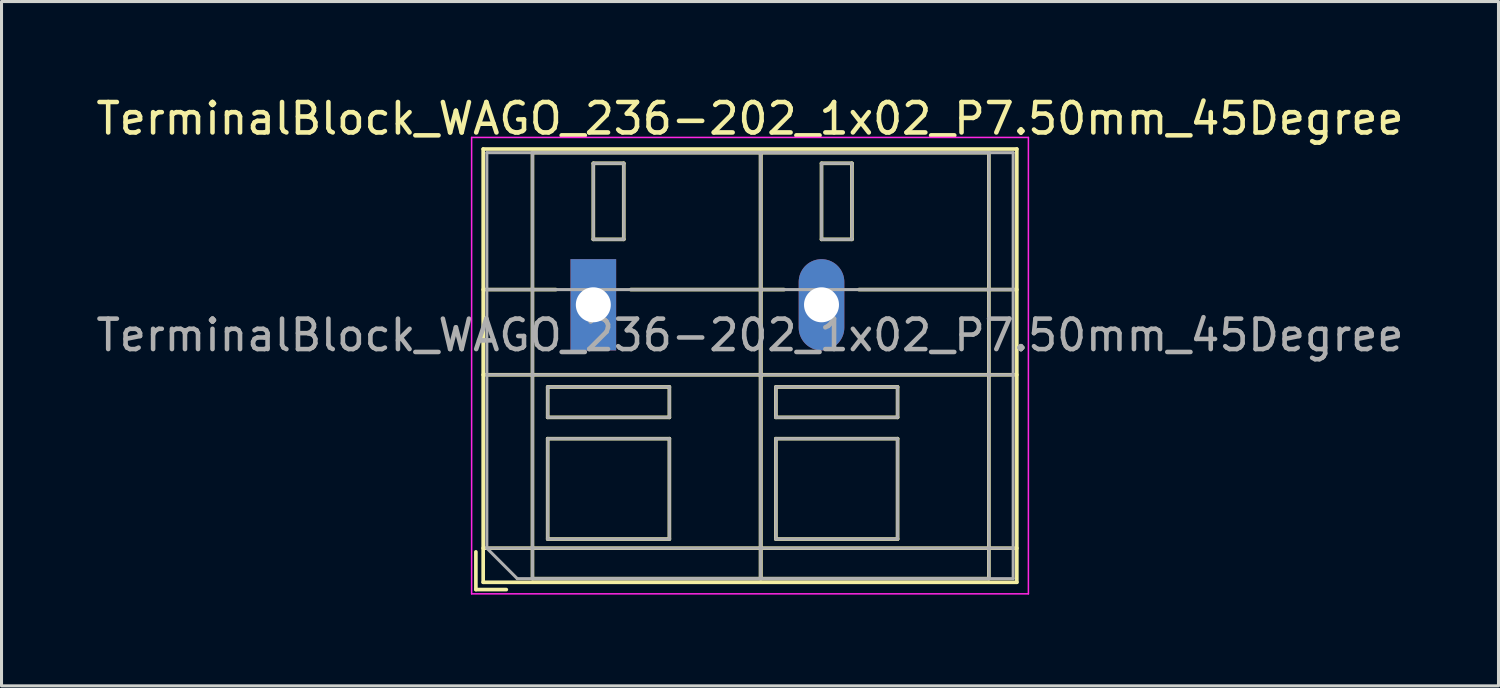
<source format=kicad_pcb>
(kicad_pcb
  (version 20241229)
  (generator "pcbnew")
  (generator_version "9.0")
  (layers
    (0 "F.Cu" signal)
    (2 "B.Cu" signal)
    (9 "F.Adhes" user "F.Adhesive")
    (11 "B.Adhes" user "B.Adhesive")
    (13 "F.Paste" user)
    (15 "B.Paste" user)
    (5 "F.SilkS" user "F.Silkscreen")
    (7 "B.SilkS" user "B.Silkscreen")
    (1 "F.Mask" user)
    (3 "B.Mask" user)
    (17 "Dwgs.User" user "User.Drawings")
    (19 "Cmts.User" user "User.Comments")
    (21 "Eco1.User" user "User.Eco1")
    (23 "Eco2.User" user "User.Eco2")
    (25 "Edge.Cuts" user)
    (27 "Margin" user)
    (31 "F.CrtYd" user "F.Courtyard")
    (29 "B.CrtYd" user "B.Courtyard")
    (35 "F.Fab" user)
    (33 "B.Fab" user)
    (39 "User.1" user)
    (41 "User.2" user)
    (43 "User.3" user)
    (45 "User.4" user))
  (footprint "TerminalBlock_WAGO_236-202_1x02_P7.50mm_45Degree"
    (layer "F.Cu")
    (at 16.451 6.968)
    (property "Reference" "TerminalBlock_WAGO_236-202_1x02_P7.50mm_45Degree" (at 5.15 -6.12 0) (layer "F.SilkS") (effects (font (size 1 1) (thickness 0.15))))
    (attr through_hole)
    (fp_line (start -3.86 8.12) (end -3.86 9.36) (stroke (width 0.12) (type solid)) (layer "F.SilkS"))
    (fp_line (start -3.86 9.36) (end -2.86 9.36) (stroke (width 0.12) (type solid)) (layer "F.SilkS"))
    (fp_line (start -3.62 -5.12) (end -3.62 9.12) (stroke (width 0.12) (type solid)) (layer "F.SilkS"))
    (fp_line (start -3.62 -5.12) (end 13.92 -5.12) (stroke (width 0.12) (type solid)) (layer "F.SilkS"))
    (fp_line (start -3.62 -0.5) (end -1.23 -0.5) (stroke (width 0.12) (type solid)) (layer "F.SilkS"))
    (fp_line (start -3.62 2.3) (end 13.92 2.3) (stroke (width 0.12) (type solid)) (layer "F.SilkS"))
    (fp_line (start -3.62 8) (end 13.92 8) (stroke (width 0.12) (type solid)) (layer "F.SilkS"))
    (fp_line (start -3.62 9.12) (end 13.92 9.12) (stroke (width 0.12) (type solid)) (layer "F.SilkS"))
    (fp_line (start -2 -5) (end -2 9) (stroke (width 0.12) (type solid)) (layer "F.SilkS"))
    (fp_line (start -2 -5) (end 5.5 -5) (stroke (width 0.12) (type solid)) (layer "F.SilkS"))
    (fp_line (start -2 9) (end 5.5 9) (stroke (width 0.12) (type solid)) (layer "F.SilkS"))
    (fp_line (start -1.5 2.7) (end -1.5 3.7) (stroke (width 0.12) (type solid)) (layer "F.SilkS"))
    (fp_line (start -1.5 2.7) (end 2.5 2.7) (stroke (width 0.12) (type solid)) (layer "F.SilkS"))
    (fp_line (start -1.5 3.7) (end 2.5 3.7) (stroke (width 0.12) (type solid)) (layer "F.SilkS"))
    (fp_line (start -1.5 4.4) (end -1.5 7.7) (stroke (width 0.12) (type solid)) (layer "F.SilkS"))
    (fp_line (start -1.5 4.4) (end 2.5 4.4) (stroke (width 0.12) (type solid)) (layer "F.SilkS"))
    (fp_line (start -1.5 7.7) (end 2.5 7.7) (stroke (width 0.12) (type solid)) (layer "F.SilkS"))
    (fp_line (start 0 -4.65) (end 0 -2.151) (stroke (width 0.12) (type solid)) (layer "F.SilkS"))
    (fp_line (start 0 -4.65) (end 1 -4.65) (stroke (width 0.12) (type solid)) (layer "F.SilkS"))
    (fp_line (start 0 -2.151) (end 1 -2.151) (stroke (width 0.12) (type solid)) (layer "F.SilkS"))
    (fp_line (start 1 -4.65) (end 1 -2.151) (stroke (width 0.12) (type solid)) (layer "F.SilkS"))
    (fp_line (start 1.23 -0.5) (end 6.27 -0.5) (stroke (width 0.12) (type solid)) (layer "F.SilkS"))
    (fp_line (start 2.5 2.7) (end 2.5 3.7) (stroke (width 0.12) (type solid)) (layer "F.SilkS"))
    (fp_line (start 2.5 4.4) (end 2.5 7.7) (stroke (width 0.12) (type solid)) (layer "F.SilkS"))
    (fp_line (start 5.5 -5) (end 5.5 9) (stroke (width 0.12) (type solid)) (layer "F.SilkS"))
    (fp_line (start 5.5 -5) (end 5.5 9) (stroke (width 0.12) (type solid)) (layer "F.SilkS"))
    (fp_line (start 5.5 -5) (end 13 -5) (stroke (width 0.12) (type solid)) (layer "F.SilkS"))
    (fp_line (start 5.5 9) (end 13 9) (stroke (width 0.12) (type solid)) (layer "F.SilkS"))
    (fp_line (start 6 2.7) (end 6 3.7) (stroke (width 0.12) (type solid)) (layer "F.SilkS"))
    (fp_line (start 6 2.7) (end 10 2.7) (stroke (width 0.12) (type solid)) (layer "F.SilkS"))
    (fp_line (start 6 3.7) (end 10 3.7) (stroke (width 0.12) (type solid)) (layer "F.SilkS"))
    (fp_line (start 6 4.4) (end 6 7.7) (stroke (width 0.12) (type solid)) (layer "F.SilkS"))
    (fp_line (start 6 4.4) (end 10 4.4) (stroke (width 0.12) (type solid)) (layer "F.SilkS"))
    (fp_line (start 6 7.7) (end 10 7.7) (stroke (width 0.12) (type solid)) (layer "F.SilkS"))
    (fp_line (start 7.5 -4.65) (end 7.5 -2.151) (stroke (width 0.12) (type solid)) (layer "F.SilkS"))
    (fp_line (start 7.5 -4.65) (end 8.5 -4.65) (stroke (width 0.12) (type solid)) (layer "F.SilkS"))
    (fp_line (start 7.5 -2.151) (end 8.5 -2.151) (stroke (width 0.12) (type solid)) (layer "F.SilkS"))
    (fp_line (start 8.5 -4.65) (end 8.5 -2.151) (stroke (width 0.12) (type solid)) (layer "F.SilkS"))
    (fp_line (start 8.73 -0.5) (end 13.92 -0.5) (stroke (width 0.12) (type solid)) (layer "F.SilkS"))
    (fp_line (start 10 2.7) (end 10 3.7) (stroke (width 0.12) (type solid)) (layer "F.SilkS"))
    (fp_line (start 10 4.4) (end 10 7.7) (stroke (width 0.12) (type solid)) (layer "F.SilkS"))
    (fp_line (start 13 -5) (end 13 9) (stroke (width 0.12) (type solid)) (layer "F.SilkS"))
    (fp_line (start 13.92 -5.12) (end 13.92 9.12) (stroke (width 0.12) (type solid)) (layer "F.SilkS"))
    (fp_line (start -4 -5.5) (end -4 9.5) (stroke (width 0.05) (type solid)) (layer "F.CrtYd"))
    (fp_line (start -4 9.5) (end 14.3 9.5) (stroke (width 0.05) (type solid)) (layer "F.CrtYd"))
    (fp_line (start 14.3 -5.5) (end -4 -5.5) (stroke (width 0.05) (type solid)) (layer "F.CrtYd"))
    (fp_line (start 14.3 9.5) (end 14.3 -5.5) (stroke (width 0.05) (type solid)) (layer "F.CrtYd"))
    (fp_line (start -3.5 -5) (end 13.8 -5) (stroke (width 0.1) (type solid)) (layer "F.Fab"))
    (fp_line (start -3.5 -0.5) (end 13.8 -0.5) (stroke (width 0.1) (type solid)) (layer "F.Fab"))
    (fp_line (start -3.5 2.3) (end 13.8 2.3) (stroke (width 0.1) (type solid)) (layer "F.Fab"))
    (fp_line (start -3.5 8) (end -3.5 -5) (stroke (width 0.1) (type solid)) (layer "F.Fab"))
    (fp_line (start -3.5 8) (end 13.8 8) (stroke (width 0.1) (type solid)) (layer "F.Fab"))
    (fp_line (start -2.5 9) (end -3.5 8) (stroke (width 0.1) (type solid)) (layer "F.Fab"))
    (fp_line (start -2 -5) (end -2 9) (stroke (width 0.1) (type solid)) (layer "F.Fab"))
    (fp_line (start -2 9) (end 5.5 9) (stroke (width 0.1) (type solid)) (layer "F.Fab"))
    (fp_line (start -1.5 2.7) (end -1.5 3.7) (stroke (width 0.1) (type solid)) (layer "F.Fab"))
    (fp_line (start -1.5 3.7) (end 2.5 3.7) (stroke (width 0.1) (type solid)) (layer "F.Fab"))
    (fp_line (start -1.5 4.4) (end -1.5 7.7) (stroke (width 0.1) (type solid)) (layer "F.Fab"))
    (fp_line (start -1.5 7.7) (end 2.5 7.7) (stroke (width 0.1) (type solid)) (layer "F.Fab"))
    (fp_line (start 0 -4.65) (end 0 -2.15) (stroke (width 0.1) (type solid)) (layer "F.Fab"))
    (fp_line (start 0 -2.15) (end 1 -2.15) (stroke (width 0.1) (type solid)) (layer "F.Fab"))
    (fp_line (start 1 -4.65) (end 0 -4.65) (stroke (width 0.1) (type solid)) (layer "F.Fab"))
    (fp_line (start 1 -2.15) (end 1 -4.65) (stroke (width 0.1) (type solid)) (layer "F.Fab"))
    (fp_line (start 2.5 2.7) (end -1.5 2.7) (stroke (width 0.1) (type solid)) (layer "F.Fab"))
    (fp_line (start 2.5 3.7) (end 2.5 2.7) (stroke (width 0.1) (type solid)) (layer "F.Fab"))
    (fp_line (start 2.5 4.4) (end -1.5 4.4) (stroke (width 0.1) (type solid)) (layer "F.Fab"))
    (fp_line (start 2.5 7.7) (end 2.5 4.4) (stroke (width 0.1) (type solid)) (layer "F.Fab"))
    (fp_line (start 5.5 -5) (end -2 -5) (stroke (width 0.1) (type solid)) (layer "F.Fab"))
    (fp_line (start 5.5 -5) (end 5.5 9) (stroke (width 0.1) (type solid)) (layer "F.Fab"))
    (fp_line (start 5.5 9) (end 5.5 -5) (stroke (width 0.1) (type solid)) (layer "F.Fab"))
    (fp_line (start 5.5 9) (end 13 9) (stroke (width 0.1) (type solid)) (layer "F.Fab"))
    (fp_line (start 6 2.7) (end 6 3.7) (stroke (width 0.1) (type solid)) (layer "F.Fab"))
    (fp_line (start 6 3.7) (end 10 3.7) (stroke (width 0.1) (type solid)) (layer "F.Fab"))
    (fp_line (start 6 4.4) (end 6 7.7) (stroke (width 0.1) (type solid)) (layer "F.Fab"))
    (fp_line (start 6 7.7) (end 10 7.7) (stroke (width 0.1) (type solid)) (layer "F.Fab"))
    (fp_line (start 7.5 -4.65) (end 7.5 -2.15) (stroke (width 0.1) (type solid)) (layer "F.Fab"))
    (fp_line (start 7.5 -2.15) (end 8.5 -2.15) (stroke (width 0.1) (type solid)) (layer "F.Fab"))
    (fp_line (start 8.5 -4.65) (end 7.5 -4.65) (stroke (width 0.1) (type solid)) (layer "F.Fab"))
    (fp_line (start 8.5 -2.15) (end 8.5 -4.65) (stroke (width 0.1) (type solid)) (layer "F.Fab"))
    (fp_line (start 10 2.7) (end 6 2.7) (stroke (width 0.1) (type solid)) (layer "F.Fab"))
    (fp_line (start 10 3.7) (end 10 2.7) (stroke (width 0.1) (type solid)) (layer "F.Fab"))
    (fp_line (start 10 4.4) (end 6 4.4) (stroke (width 0.1) (type solid)) (layer "F.Fab"))
    (fp_line (start 10 7.7) (end 10 4.4) (stroke (width 0.1) (type solid)) (layer "F.Fab"))
    (fp_line (start 13 -5) (end 5.5 -5) (stroke (width 0.1) (type solid)) (layer "F.Fab"))
    (fp_line (start 13 9) (end 13 -5) (stroke (width 0.1) (type solid)) (layer "F.Fab"))
    (fp_line (start 13.8 -5) (end 13.8 9) (stroke (width 0.1) (type solid)) (layer "F.Fab"))
    (fp_line (start 13.8 9) (end -2.5 9) (stroke (width 0.1) (type solid)) (layer "F.Fab"))
    (fp_text user "${REFERENCE}" (at 5.15 1 0) (layer "F.Fab") (effects (font (size 1 1) (thickness 0.15))))
    (pad "1" thru_hole rect (at 0 0) (size 1.5 3) (drill 1.15) (layers "*.Cu" "*.Mask"))
    (pad "2" thru_hole oval (at 7.5 0) (size 1.5 3) (drill 1.15) (layers "*.Cu" "*.Mask")))
  (gr_rect
    (start -3 -3)
    (end 46.202 19.493)
    (stroke (width 0.1) (type default))
    (fill no)
    (layer "Edge.Cuts")))
</source>
